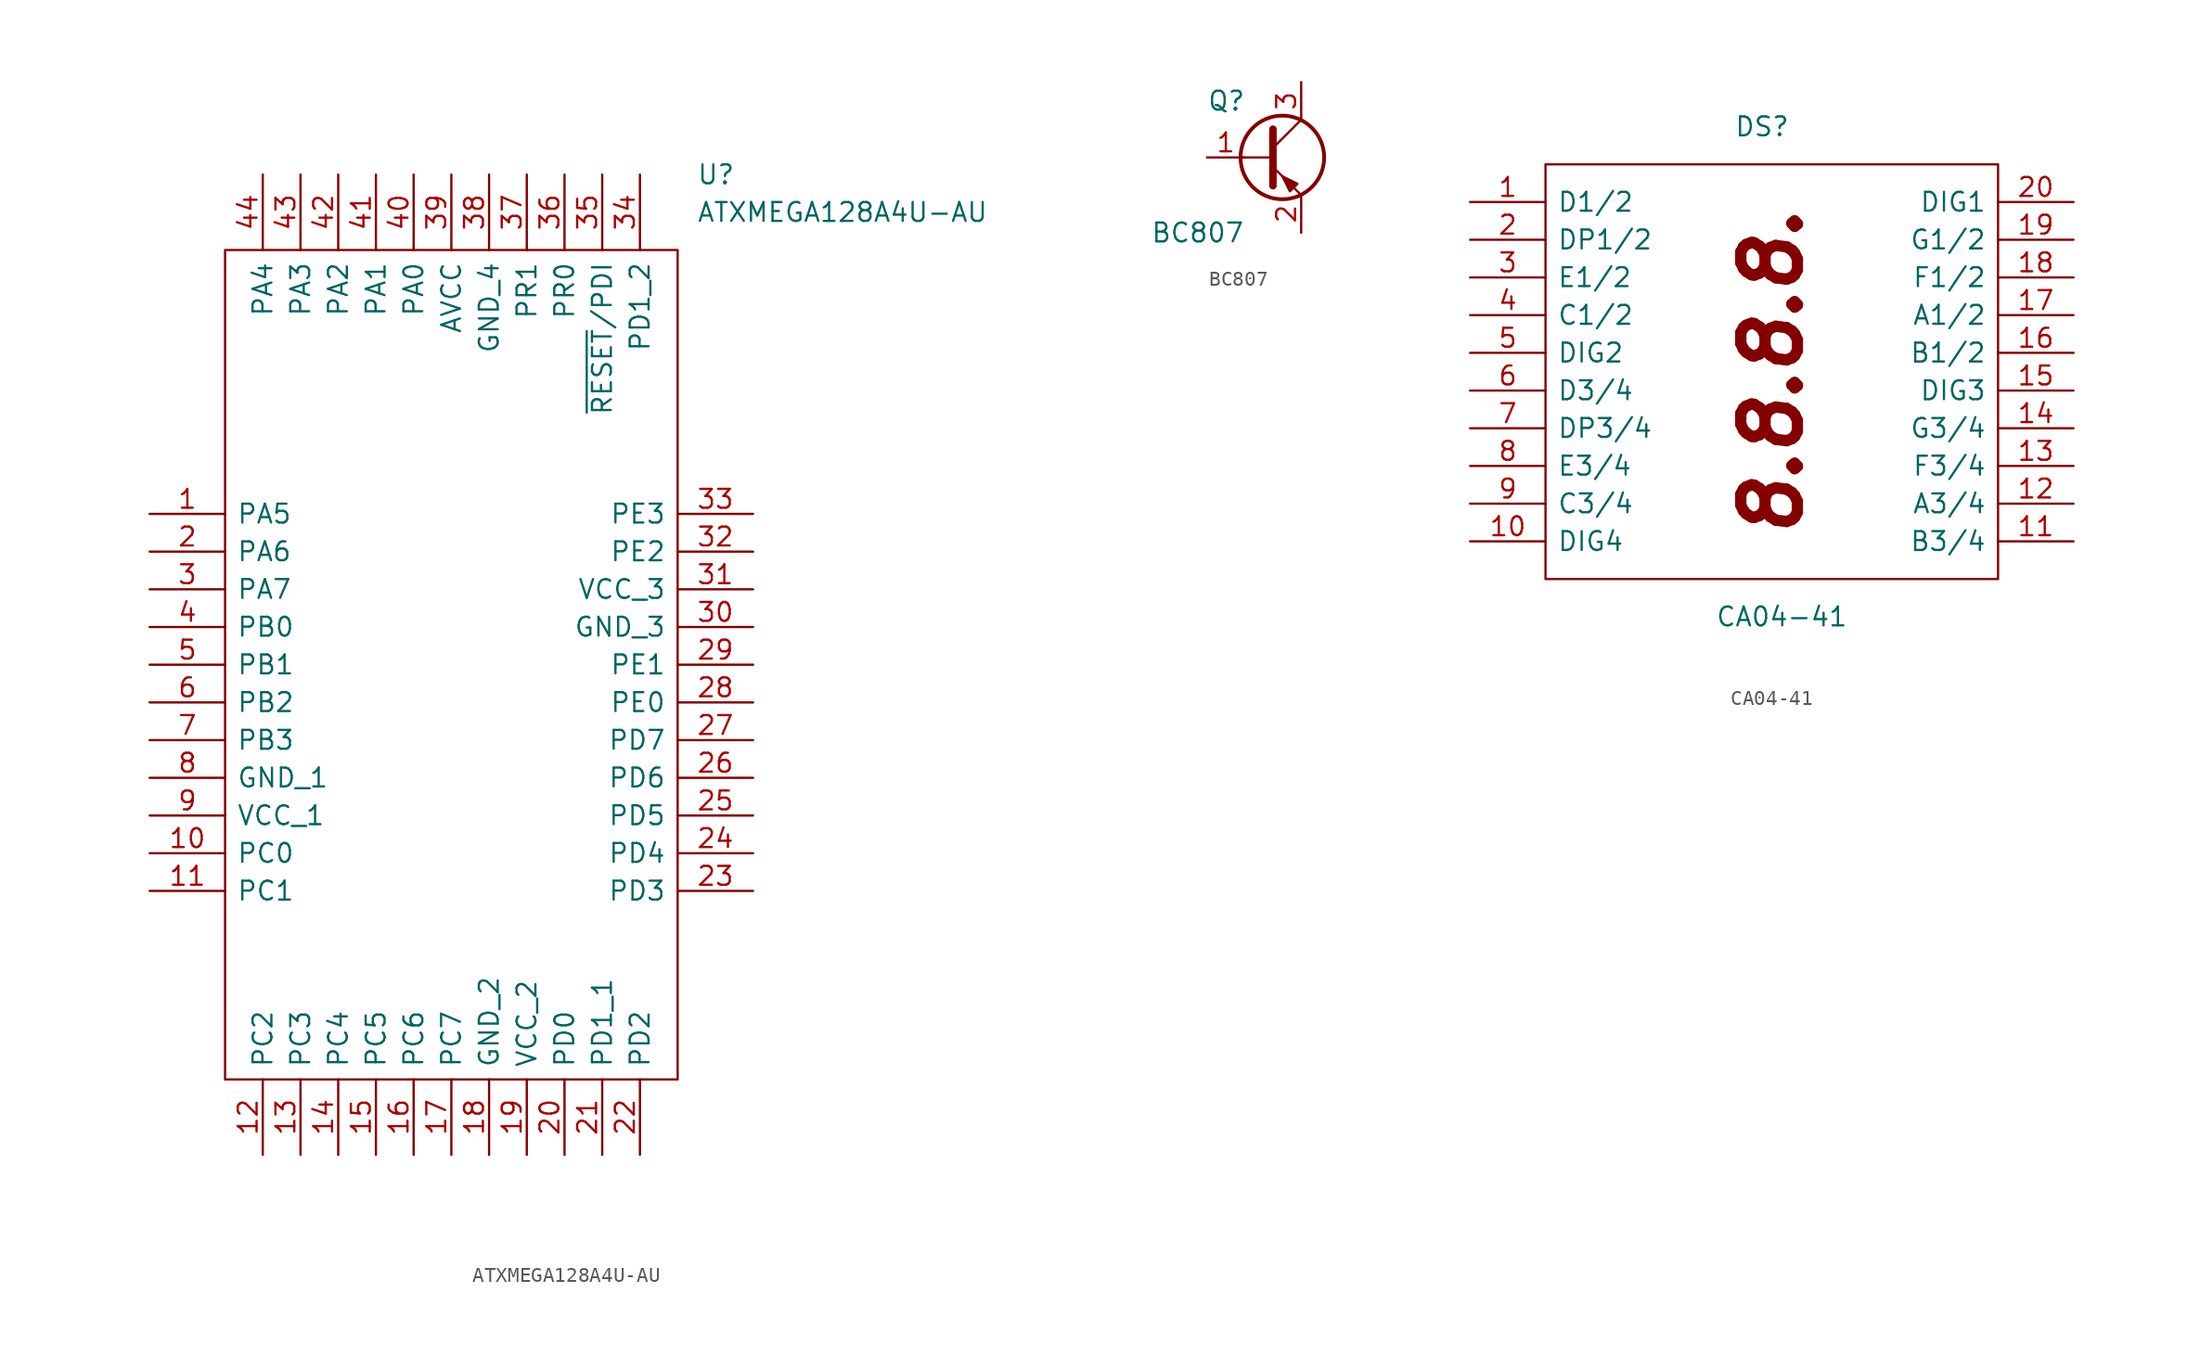
<source format=kicad_sym>
(kicad_symbol_lib
  (version 20231120)
  (generator "kicad_symbol_editor")
  (generator_version "8.0")
  (symbol "ATXMEGA128A4U-AU"
    (pin_names
      (offset 0.762))
    (property "Reference" "U"
      (at 16.51 35.56 0)
      (effects (font (size 1.27 1.27)) (justify left)))
    (property "Value" "ATXMEGA128A4U-AU"
      (at 16.51 33.02 0)
      (effects (font (size 1.27 1.27)) (justify left)))
    (symbol "ATXMEGA128A4U-AU_0_0"
      (pin bidirectional line (at -20.32 12.7 0) (length 5.08) (name "PA5" (effects (font (size 1.27 1.27)))) (number "1" (effects (font (size 1.27 1.27)))))
      (pin bidirectional line (at -20.32 -10.16 0) (length 5.08) (name "PC0" (effects (font (size 1.27 1.27)))) (number "10" (effects (font (size 1.27 1.27)))))
      (pin bidirectional line (at -20.32 -12.7 0) (length 5.08) (name "PC1" (effects (font (size 1.27 1.27)))) (number "11" (effects (font (size 1.27 1.27)))))
      (pin bidirectional line (at -12.7 -30.48 90) (length 5.08) (name "PC2" (effects (font (size 1.27 1.27)))) (number "12" (effects (font (size 1.27 1.27)))))
      (pin bidirectional line (at -10.16 -30.48 90) (length 5.08) (name "PC3" (effects (font (size 1.27 1.27)))) (number "13" (effects (font (size 1.27 1.27)))))
      (pin bidirectional line (at -7.62 -30.48 90) (length 5.08) (name "PC4" (effects (font (size 1.27 1.27)))) (number "14" (effects (font (size 1.27 1.27)))))
      (pin bidirectional line (at -5.08 -30.48 90) (length 5.08) (name "PC5" (effects (font (size 1.27 1.27)))) (number "15" (effects (font (size 1.27 1.27)))))
      (pin bidirectional line (at -2.54 -30.48 90) (length 5.08) (name "PC6" (effects (font (size 1.27 1.27)))) (number "16" (effects (font (size 1.27 1.27)))))
      (pin bidirectional line (at 0 -30.48 90) (length 5.08) (name "PC7" (effects (font (size 1.27 1.27)))) (number "17" (effects (font (size 1.27 1.27)))))
      (pin bidirectional line (at 2.54 -30.48 90) (length 5.08) (name "GND_2" (effects (font (size 1.27 1.27)))) (number "18" (effects (font (size 1.27 1.27)))))
      (pin bidirectional line (at 5.08 -30.48 90) (length 5.08) (name "VCC_2" (effects (font (size 1.27 1.27)))) (number "19" (effects (font (size 1.27 1.27)))))
      (pin bidirectional line (at -20.32 10.16 0) (length 5.08) (name "PA6" (effects (font (size 1.27 1.27)))) (number "2" (effects (font (size 1.27 1.27)))))
      (pin bidirectional line (at 7.62 -30.48 90) (length 5.08) (name "PD0" (effects (font (size 1.27 1.27)))) (number "20" (effects (font (size 1.27 1.27)))))
      (pin bidirectional line (at 10.16 -30.48 90) (length 5.08) (name "PD1_1" (effects (font (size 1.27 1.27)))) (number "21" (effects (font (size 1.27 1.27)))))
      (pin bidirectional line (at 12.7 -30.48 90) (length 5.08) (name "PD2" (effects (font (size 1.27 1.27)))) (number "22" (effects (font (size 1.27 1.27)))))
      (pin bidirectional line (at 20.32 -12.7 180) (length 5.08) (name "PD3" (effects (font (size 1.27 1.27)))) (number "23" (effects (font (size 1.27 1.27)))))
      (pin bidirectional line (at 20.32 -10.16 180) (length 5.08) (name "PD4" (effects (font (size 1.27 1.27)))) (number "24" (effects (font (size 1.27 1.27)))))
      (pin bidirectional line (at 20.32 -7.62 180) (length 5.08) (name "PD5" (effects (font (size 1.27 1.27)))) (number "25" (effects (font (size 1.27 1.27)))))
      (pin bidirectional line (at 20.32 -5.08 180) (length 5.08) (name "PD6" (effects (font (size 1.27 1.27)))) (number "26" (effects (font (size 1.27 1.27)))))
      (pin bidirectional line (at 20.32 -2.54 180) (length 5.08) (name "PD7" (effects (font (size 1.27 1.27)))) (number "27" (effects (font (size 1.27 1.27)))))
      (pin bidirectional line (at 20.32 0 180) (length 5.08) (name "PE0" (effects (font (size 1.27 1.27)))) (number "28" (effects (font (size 1.27 1.27)))))
      (pin bidirectional line (at 20.32 2.54 180) (length 5.08) (name "PE1" (effects (font (size 1.27 1.27)))) (number "29" (effects (font (size 1.27 1.27)))))
      (pin bidirectional line (at -20.32 7.62 0) (length 5.08) (name "PA7" (effects (font (size 1.27 1.27)))) (number "3" (effects (font (size 1.27 1.27)))))
      (pin bidirectional line (at 20.32 5.08 180) (length 5.08) (name "GND_3" (effects (font (size 1.27 1.27)))) (number "30" (effects (font (size 1.27 1.27)))))
      (pin bidirectional line (at 20.32 7.62 180) (length 5.08) (name "VCC_3" (effects (font (size 1.27 1.27)))) (number "31" (effects (font (size 1.27 1.27)))))
      (pin bidirectional line (at 20.32 10.16 180) (length 5.08) (name "PE2" (effects (font (size 1.27 1.27)))) (number "32" (effects (font (size 1.27 1.27)))))
      (pin bidirectional line (at 20.32 12.7 180) (length 5.08) (name "PE3" (effects (font (size 1.27 1.27)))) (number "33" (effects (font (size 1.27 1.27)))))
      (pin bidirectional line (at 12.7 35.56 270) (length 5.08) (name "PD1_2" (effects (font (size 1.27 1.27)))) (number "34" (effects (font (size 1.27 1.27)))))
      (pin bidirectional line (at 10.16 35.56 270) (length 5.08) (name "~{RESET}/PDI" (effects (font (size 1.27 1.27)))) (number "35" (effects (font (size 1.27 1.27)))))
      (pin bidirectional line (at 7.62 35.56 270) (length 5.08) (name "PR0" (effects (font (size 1.27 1.27)))) (number "36" (effects (font (size 1.27 1.27)))))
      (pin bidirectional line (at 5.08 35.56 270) (length 5.08) (name "PR1" (effects (font (size 1.27 1.27)))) (number "37" (effects (font (size 1.27 1.27)))))
      (pin bidirectional line (at 2.54 35.56 270) (length 5.08) (name "GND_4" (effects (font (size 1.27 1.27)))) (number "38" (effects (font (size 1.27 1.27)))))
      (pin bidirectional line (at 0 35.56 270) (length 5.08) (name "AVCC" (effects (font (size 1.27 1.27)))) (number "39" (effects (font (size 1.27 1.27)))))
      (pin bidirectional line (at -20.32 5.08 0) (length 5.08) (name "PB0" (effects (font (size 1.27 1.27)))) (number "4" (effects (font (size 1.27 1.27)))))
      (pin bidirectional line (at -2.54 35.56 270) (length 5.08) (name "PA0" (effects (font (size 1.27 1.27)))) (number "40" (effects (font (size 1.27 1.27)))))
      (pin bidirectional line (at -5.08 35.56 270) (length 5.08) (name "PA1" (effects (font (size 1.27 1.27)))) (number "41" (effects (font (size 1.27 1.27)))))
      (pin bidirectional line (at -7.62 35.56 270) (length 5.08) (name "PA2" (effects (font (size 1.27 1.27)))) (number "42" (effects (font (size 1.27 1.27)))))
      (pin bidirectional line (at -10.16 35.56 270) (length 5.08) (name "PA3" (effects (font (size 1.27 1.27)))) (number "43" (effects (font (size 1.27 1.27)))))
      (pin bidirectional line (at -12.7 35.56 270) (length 5.08) (name "PA4" (effects (font (size 1.27 1.27)))) (number "44" (effects (font (size 1.27 1.27)))))
      (pin bidirectional line (at -20.32 2.54 0) (length 5.08) (name "PB1" (effects (font (size 1.27 1.27)))) (number "5" (effects (font (size 1.27 1.27)))))
      (pin bidirectional line (at -20.32 0 0) (length 5.08) (name "PB2" (effects (font (size 1.27 1.27)))) (number "6" (effects (font (size 1.27 1.27)))))
      (pin bidirectional line (at -20.32 -2.54 0) (length 5.08) (name "PB3" (effects (font (size 1.27 1.27)))) (number "7" (effects (font (size 1.27 1.27)))))
      (pin bidirectional line (at -20.32 -5.08 0) (length 5.08) (name "GND_1" (effects (font (size 1.27 1.27)))) (number "8" (effects (font (size 1.27 1.27)))))
      (pin bidirectional line (at -20.32 -7.62 0) (length 5.08) (name "VCC_1" (effects (font (size 1.27 1.27)))) (number "9" (effects (font (size 1.27 1.27))))))
    (symbol "ATXMEGA128A4U-AU_0_1"
      (polyline (pts (xy -15.24 30.48) (xy 15.24 30.48) (xy 15.24 -25.4) (xy -15.24 -25.4) (xy -15.24 30.48)) (stroke (width 0.152) (type solid)) (fill (type none)))))
  (symbol "BC807"
    (pin_names
      (offset 0) hide)
    (property "Reference" "Q"
      (at -5.08 3.81 0)
      (effects (font (size 1.27 1.27)) (justify left)))
    (property "Value" "BC807"
      (at -8.89 -5.08 0)
      (effects (font (size 1.27 1.27)) (justify left)))
    (symbol "BC807_0_1"
      (polyline (pts (xy -2.794 0) (xy -0.508 0)) (stroke (width 0.152) (type solid)) (fill (type none)))
      (polyline (pts (xy -0.635 0.635) (xy 1.27 2.54)) (stroke (width 0) (type solid)) (fill (type none)))
      (polyline (pts (xy -0.635 -0.635) (xy 1.27 -2.54) (xy 1.27 -2.54)) (stroke (width 0) (type solid)) (fill (type none)))
      (polyline (pts (xy -0.635 1.905) (xy -0.635 -1.905) (xy -0.635 -1.905)) (stroke (width 0.508) (type solid)) (fill (type none)))
      (polyline (pts (xy 1.016 -1.778) (xy 0.508 -2.286) (xy 0 -1.27) (xy 1.016 -1.778) (xy 1.016 -1.778)) (stroke (width 0) (type solid)) (fill (type outline)))
      (circle (center 0 0) (radius 2.819) (stroke (width 0.254) (type solid)) (fill (type none))))
    (symbol "BC807_1_1"
      (pin input line (at -5.08 0 0) (length 2.54) (name "B" (effects (font (size 1.27 1.27)))) (number "1" (effects (font (size 1.27 1.27)))))
      (pin passive line (at 1.27 -5.08 90) (length 2.54) (name "E" (effects (font (size 1.27 1.27)))) (number "2" (effects (font (size 1.27 1.27)))))
      (pin passive line (at 1.27 5.08 270) (length 2.54) (name "C" (effects (font (size 1.27 1.27)))) (number "3" (effects (font (size 1.27 1.27)))))))
  (symbol "CA04-41"
    (pin_names
      (offset 0.762))
    (property "Reference" "DS"
      (at -2.54 16.51 0)
      (effects (font (size 1.27 1.27)) (justify left)))
    (property "Value" "CA04-41"
      (at -3.81 -16.51 0)
      (effects (font (size 1.27 1.27)) (justify left)))
    (symbol "CA04-41_0_0"
      (text "8.8.8.8." (at 0 0 900) (effects (font (size 3.81 3.81) (bold yes) (italic yes))))
      (pin bidirectional line (at -20.32 11.43 0) (length 5.08) (name "D1/2" (effects (font (size 1.27 1.27)))) (number "1" (effects (font (size 1.27 1.27)))))
      (pin bidirectional line (at -20.32 -11.43 0) (length 5.08) (name "DIG4" (effects (font (size 1.27 1.27)))) (number "10" (effects (font (size 1.27 1.27)))))
      (pin bidirectional line (at 20.32 -11.43 180) (length 5.08) (name "B3/4" (effects (font (size 1.27 1.27)))) (number "11" (effects (font (size 1.27 1.27)))))
      (pin bidirectional line (at 20.32 -8.89 180) (length 5.08) (name "A3/4" (effects (font (size 1.27 1.27)))) (number "12" (effects (font (size 1.27 1.27)))))
      (pin bidirectional line (at 20.32 -6.35 180) (length 5.08) (name "F3/4" (effects (font (size 1.27 1.27)))) (number "13" (effects (font (size 1.27 1.27)))))
      (pin bidirectional line (at 20.32 -3.81 180) (length 5.08) (name "G3/4" (effects (font (size 1.27 1.27)))) (number "14" (effects (font (size 1.27 1.27)))))
      (pin bidirectional line (at 20.32 -1.27 180) (length 5.08) (name "DIG3" (effects (font (size 1.27 1.27)))) (number "15" (effects (font (size 1.27 1.27)))))
      (pin bidirectional line (at 20.32 1.27 180) (length 5.08) (name "B1/2" (effects (font (size 1.27 1.27)))) (number "16" (effects (font (size 1.27 1.27)))))
      (pin bidirectional line (at 20.32 3.81 180) (length 5.08) (name "A1/2" (effects (font (size 1.27 1.27)))) (number "17" (effects (font (size 1.27 1.27)))))
      (pin bidirectional line (at 20.32 6.35 180) (length 5.08) (name "F1/2" (effects (font (size 1.27 1.27)))) (number "18" (effects (font (size 1.27 1.27)))))
      (pin bidirectional line (at 20.32 8.89 180) (length 5.08) (name "G1/2" (effects (font (size 1.27 1.27)))) (number "19" (effects (font (size 1.27 1.27)))))
      (pin bidirectional line (at -20.32 8.89 0) (length 5.08) (name "DP1/2" (effects (font (size 1.27 1.27)))) (number "2" (effects (font (size 1.27 1.27)))))
      (pin bidirectional line (at 20.32 11.43 180) (length 5.08) (name "DIG1" (effects (font (size 1.27 1.27)))) (number "20" (effects (font (size 1.27 1.27)))))
      (pin bidirectional line (at -20.32 6.35 0) (length 5.08) (name "E1/2" (effects (font (size 1.27 1.27)))) (number "3" (effects (font (size 1.27 1.27)))))
      (pin bidirectional line (at -20.32 3.81 0) (length 5.08) (name "C1/2" (effects (font (size 1.27 1.27)))) (number "4" (effects (font (size 1.27 1.27)))))
      (pin bidirectional line (at -20.32 1.27 0) (length 5.08) (name "DIG2" (effects (font (size 1.27 1.27)))) (number "5" (effects (font (size 1.27 1.27)))))
      (pin bidirectional line (at -20.32 -1.27 0) (length 5.08) (name "D3/4" (effects (font (size 1.27 1.27)))) (number "6" (effects (font (size 1.27 1.27)))))
      (pin bidirectional line (at -20.32 -3.81 0) (length 5.08) (name "DP3/4" (effects (font (size 1.27 1.27)))) (number "7" (effects (font (size 1.27 1.27)))))
      (pin bidirectional line (at -20.32 -6.35 0) (length 5.08) (name "E3/4" (effects (font (size 1.27 1.27)))) (number "8" (effects (font (size 1.27 1.27)))))
      (pin bidirectional line (at -20.32 -8.89 0) (length 5.08) (name "C3/4" (effects (font (size 1.27 1.27)))) (number "9" (effects (font (size 1.27 1.27))))))
    (symbol "CA04-41_0_1"
      (polyline (pts (xy -15.24 13.97) (xy 15.24 13.97) (xy 15.24 -13.97) (xy -15.24 -13.97) (xy -15.24 13.97)) (stroke (width 0.152) (type solid)) (fill (type none))))))
</source>
